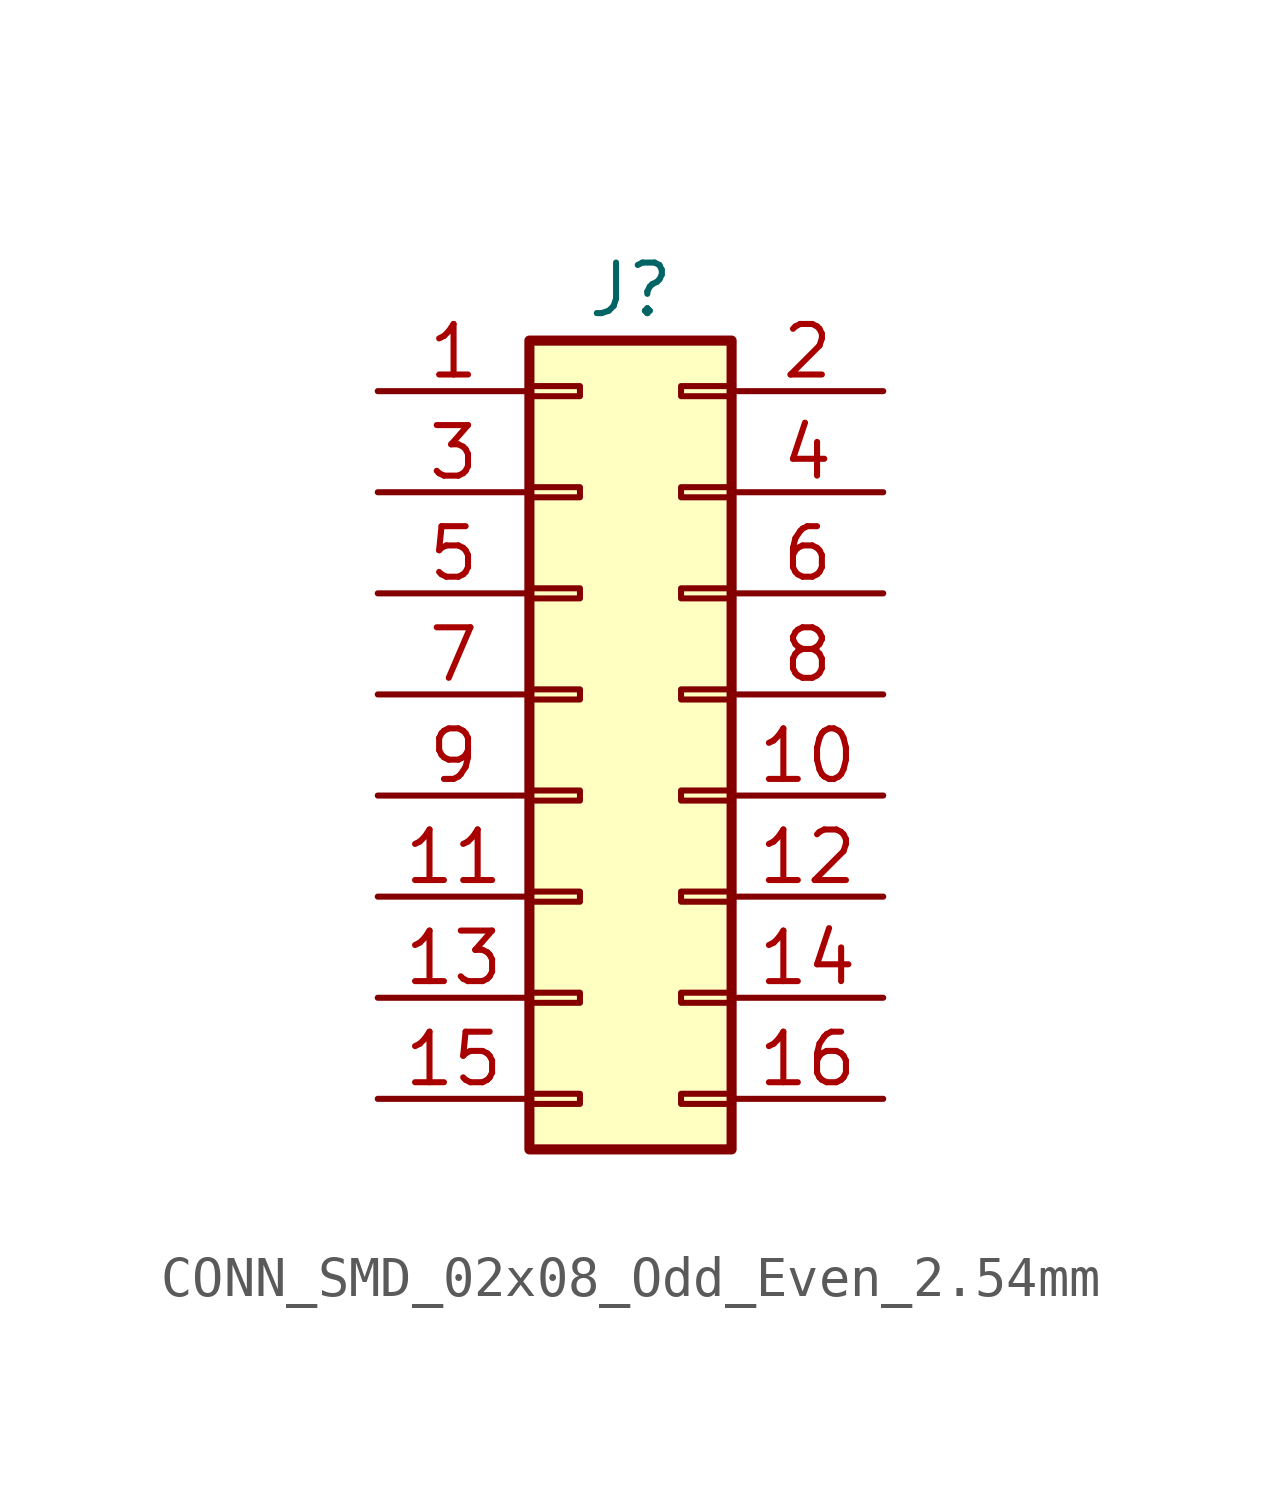
<source format=kicad_sym>
(kicad_symbol_lib
  (version 20241209)
  (generator "kicad_symbol_editor")
  (generator_version "9.0")
  (symbol "CONN_SMD_02x08_Odd_Even_2.54mm"
    (pin_names
      (offset 1.016)
      (hide yes))
    (property "Reference" "J"
      (at 1.27 10.16 0)
      (effects (font (size 1.27 1.27))))
    (symbol "CONN_SMD_02x08_Odd_Even_2.54mm_1_1"
      (rectangle (start -1.27 8.89) (end 3.81 -11.43) (stroke (width 0.254) (type solid)) (fill (type background)))
      (rectangle (start -1.27 7.747) (end 0 7.493) (stroke (width 0.152) (type solid)) (fill (type none)))
      (rectangle (start -1.27 5.207) (end 0 4.953) (stroke (width 0.152) (type solid)) (fill (type none)))
      (rectangle (start -1.27 2.667) (end 0 2.413) (stroke (width 0.152) (type solid)) (fill (type none)))
      (rectangle (start -1.27 0.127) (end 0 -0.127) (stroke (width 0.152) (type solid)) (fill (type none)))
      (rectangle (start -1.27 -2.413) (end 0 -2.667) (stroke (width 0.152) (type solid)) (fill (type none)))
      (rectangle (start -1.27 -4.953) (end 0 -5.207) (stroke (width 0.152) (type solid)) (fill (type none)))
      (rectangle (start -1.27 -7.493) (end 0 -7.747) (stroke (width 0.152) (type solid)) (fill (type none)))
      (rectangle (start -1.27 -10.033) (end 0 -10.287) (stroke (width 0.152) (type solid)) (fill (type none)))
      (rectangle (start 3.81 7.747) (end 2.54 7.493) (stroke (width 0.152) (type solid)) (fill (type none)))
      (rectangle (start 3.81 5.207) (end 2.54 4.953) (stroke (width 0.152) (type solid)) (fill (type none)))
      (rectangle (start 3.81 2.667) (end 2.54 2.413) (stroke (width 0.152) (type solid)) (fill (type none)))
      (rectangle (start 3.81 0.127) (end 2.54 -0.127) (stroke (width 0.152) (type solid)) (fill (type none)))
      (rectangle (start 3.81 -2.413) (end 2.54 -2.667) (stroke (width 0.152) (type solid)) (fill (type none)))
      (rectangle (start 3.81 -4.953) (end 2.54 -5.207) (stroke (width 0.152) (type solid)) (fill (type none)))
      (rectangle (start 3.81 -7.493) (end 2.54 -7.747) (stroke (width 0.152) (type solid)) (fill (type none)))
      (rectangle (start 3.81 -10.033) (end 2.54 -10.287) (stroke (width 0.152) (type solid)) (fill (type none)))
      (pin passive line (at -5.08 7.62 0) (length 3.81) (name "Pin_1" (effects (font (size 1.27 1.27)))) (number "1" (effects (font (size 1.27 1.27)))))
      (pin passive line (at -5.08 5.08 0) (length 3.81) (name "Pin_3" (effects (font (size 1.27 1.27)))) (number "3" (effects (font (size 1.27 1.27)))))
      (pin passive line (at -5.08 2.54 0) (length 3.81) (name "Pin_5" (effects (font (size 1.27 1.27)))) (number "5" (effects (font (size 1.27 1.27)))))
      (pin passive line (at -5.08 0 0) (length 3.81) (name "Pin_7" (effects (font (size 1.27 1.27)))) (number "7" (effects (font (size 1.27 1.27)))))
      (pin passive line (at -5.08 -2.54 0) (length 3.81) (name "Pin_9" (effects (font (size 1.27 1.27)))) (number "9" (effects (font (size 1.27 1.27)))))
      (pin passive line (at -5.08 -5.08 0) (length 3.81) (name "Pin_11" (effects (font (size 1.27 1.27)))) (number "11" (effects (font (size 1.27 1.27)))))
      (pin passive line (at -5.08 -7.62 0) (length 3.81) (name "Pin_13" (effects (font (size 1.27 1.27)))) (number "13" (effects (font (size 1.27 1.27)))))
      (pin passive line (at -5.08 -10.16 0) (length 3.81) (name "Pin_15" (effects (font (size 1.27 1.27)))) (number "15" (effects (font (size 1.27 1.27)))))
      (pin passive line (at 7.62 7.62 180) (length 3.81) (name "Pin_2" (effects (font (size 1.27 1.27)))) (number "2" (effects (font (size 1.27 1.27)))))
      (pin passive line (at 7.62 5.08 180) (length 3.81) (name "Pin_4" (effects (font (size 1.27 1.27)))) (number "4" (effects (font (size 1.27 1.27)))))
      (pin passive line (at 7.62 2.54 180) (length 3.81) (name "Pin_6" (effects (font (size 1.27 1.27)))) (number "6" (effects (font (size 1.27 1.27)))))
      (pin passive line (at 7.62 0 180) (length 3.81) (name "Pin_8" (effects (font (size 1.27 1.27)))) (number "8" (effects (font (size 1.27 1.27)))))
      (pin passive line (at 7.62 -2.54 180) (length 3.81) (name "Pin_10" (effects (font (size 1.27 1.27)))) (number "10" (effects (font (size 1.27 1.27)))))
      (pin passive line (at 7.62 -5.08 180) (length 3.81) (name "Pin_12" (effects (font (size 1.27 1.27)))) (number "12" (effects (font (size 1.27 1.27)))))
      (pin passive line (at 7.62 -7.62 180) (length 3.81) (name "Pin_14" (effects (font (size 1.27 1.27)))) (number "14" (effects (font (size 1.27 1.27)))))
      (pin passive line (at 7.62 -10.16 180) (length 3.81) (name "Pin_16" (effects (font (size 1.27 1.27)))) (number "16" (effects (font (size 1.27 1.27))))))))
</source>
